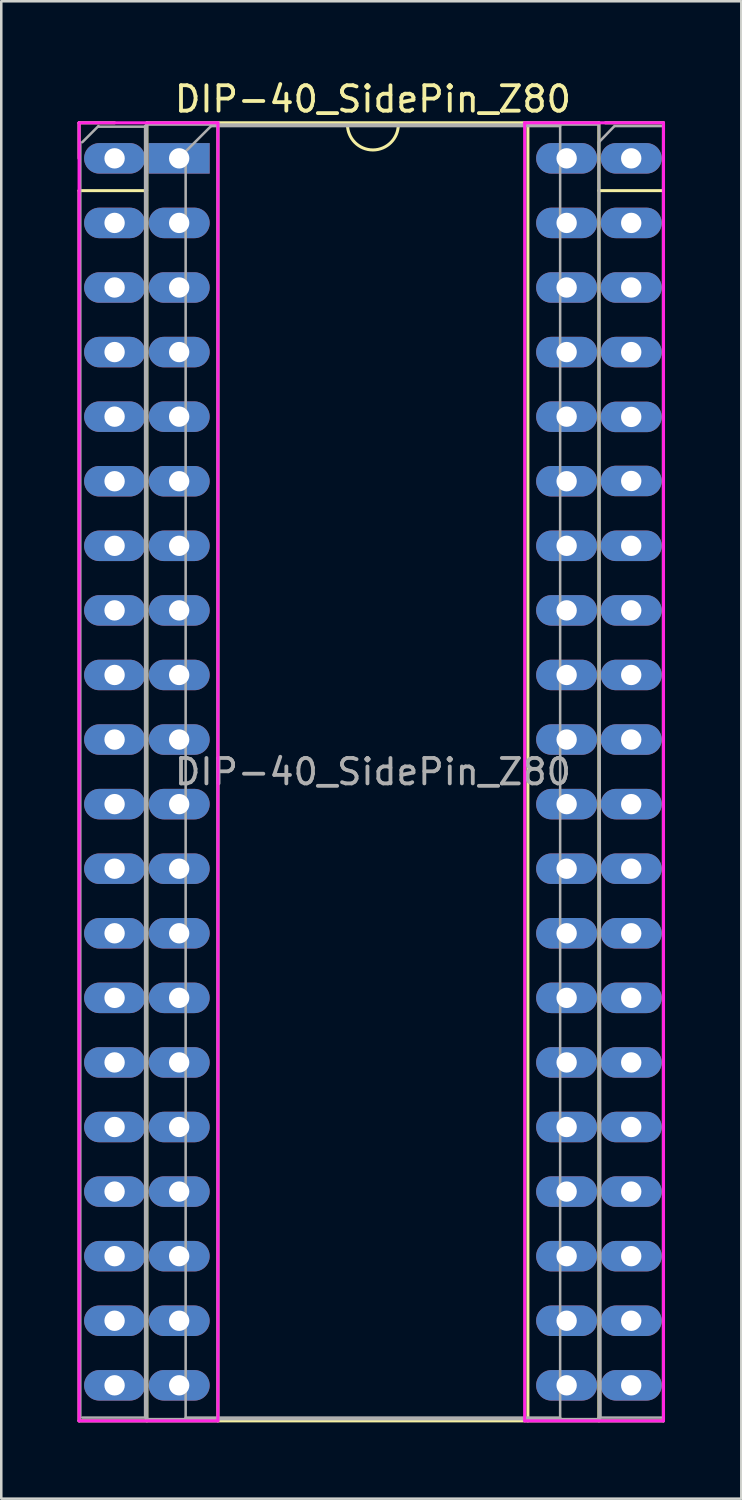
<source format=kicad_pcb>
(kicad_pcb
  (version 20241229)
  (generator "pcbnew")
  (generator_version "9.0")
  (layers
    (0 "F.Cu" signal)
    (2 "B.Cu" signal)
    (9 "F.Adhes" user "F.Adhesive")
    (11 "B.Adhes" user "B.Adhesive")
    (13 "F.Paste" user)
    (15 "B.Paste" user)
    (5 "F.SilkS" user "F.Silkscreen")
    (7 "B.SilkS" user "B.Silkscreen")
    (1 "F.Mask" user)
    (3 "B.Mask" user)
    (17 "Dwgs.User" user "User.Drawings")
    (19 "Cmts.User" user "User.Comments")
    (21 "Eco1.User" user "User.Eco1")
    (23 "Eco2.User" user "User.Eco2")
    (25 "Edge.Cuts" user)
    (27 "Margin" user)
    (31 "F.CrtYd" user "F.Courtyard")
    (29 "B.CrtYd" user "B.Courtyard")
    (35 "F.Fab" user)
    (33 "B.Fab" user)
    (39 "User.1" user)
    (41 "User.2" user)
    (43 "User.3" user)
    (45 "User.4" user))
  (footprint "DIP-40_SidePin_Z80"
    (layer "F.Cu")
    (at 3.997 3.178)
    (property "Reference" "DIP-40_SidePin_Z80" (at 7.62 -2.33 0) (layer "F.SilkS") (effects (font (size 1 1) (thickness 0.15))))
    (attr through_hole allow_missing_courtyard)
    (fp_line (start -3.937 -1.397) (end -2.54 -1.397) (stroke (width 0.12) (type solid)) (layer "F.SilkS"))
    (fp_line (start -3.937 0) (end -3.937 -1.397) (stroke (width 0.12) (type solid)) (layer "F.SilkS"))
    (fp_line (start -3.937 1.27) (end -3.937 49.657) (stroke (width 0.12) (type solid)) (layer "F.SilkS"))
    (fp_line (start -3.937 1.27) (end -1.28 1.27) (stroke (width 0.12) (type solid)) (layer "F.SilkS"))
    (fp_line (start -3.937 49.657) (end 19.047 49.657) (stroke (width 0.12) (type solid)) (layer "F.SilkS"))
    (fp_line (start -1.27 -1.397) (end -1.27 49.657) (stroke (width 0.12) (type solid)) (layer "F.SilkS"))
    (fp_line (start 1.524 -1.397) (end 1.524 49.657) (stroke (width 0.12) (type solid)) (layer "F.SilkS"))
    (fp_line (start 13.716 49.657) (end 13.716 -1.381) (stroke (width 0.12) (type solid)) (layer "F.SilkS"))
    (fp_line (start 16.51 -1.397) (end -1.27 -1.397) (stroke (width 0.12) (type solid)) (layer "F.SilkS"))
    (fp_line (start 16.51 1.27) (end 19.047 1.27) (stroke (width 0.12) (type solid)) (layer "F.SilkS"))
    (fp_line (start 16.51 49.657) (end 16.51 -1.397) (stroke (width 0.12) (type solid)) (layer "F.SilkS"))
    (fp_line (start 16.764 -1.397) (end 19.05 -1.397) (stroke (width 0.12) (type solid)) (layer "F.SilkS"))
    (fp_line (start 19.047 1.27) (end 19.047 49.657) (stroke (width 0.12) (type solid)) (layer "F.SilkS"))
    (fp_line (start 19.047 1.27) (end 19.05 -1.391) (stroke (width 0.12) (type solid)) (layer "F.SilkS"))
    (fp_arc (start 8.62 -1.33) (mid 7.62 -0.33) (end 6.62 -1.33) (stroke (width 0.12) (type solid)) (layer "F.SilkS"))
    (fp_line (start -3.937 -1.397) (end -3.937 49.657) (stroke (width 0.12) (type solid)) (layer "F.CrtYd"))
    (fp_line (start -3.937 49.657) (end 1.524 49.657) (stroke (width 0.12) (type solid)) (layer "F.CrtYd"))
    (fp_line (start 1.524 -1.397) (end -3.937 -1.397) (stroke (width 0.12) (type solid)) (layer "F.CrtYd"))
    (fp_line (start 1.524 49.657) (end 1.524 -1.397) (stroke (width 0.12) (type solid)) (layer "F.CrtYd"))
    (fp_line (start 13.589 -1.397) (end 13.589 49.657) (stroke (width 0.12) (type solid)) (layer "F.CrtYd"))
    (fp_line (start 13.589 49.657) (end 19.05 49.657) (stroke (width 0.12) (type solid)) (layer "F.CrtYd"))
    (fp_line (start 19.047 -1.397) (end 13.589 -1.397) (stroke (width 0.12) (type solid)) (layer "F.CrtYd"))
    (fp_line (start 19.05 -1.397) (end 19.05 49.657) (stroke (width 0.12) (type solid)) (layer "F.CrtYd"))
    (fp_line (start -3.889 49.53) (end -3.889 -0.635) (stroke (width 0.1) (type solid)) (layer "F.Fab"))
    (fp_line (start -3.81 -0.635) (end -3.175 -1.27) (stroke (width 0.1) (type solid)) (layer "F.Fab"))
    (fp_line (start -3.175 -1.245) (end -1.27 -1.245) (stroke (width 0.1) (type solid)) (layer "F.Fab"))
    (fp_line (start -1.339 -1.28) (end -1.339 49.52) (stroke (width 0.1) (type solid)) (layer "F.Fab"))
    (fp_line (start -1.27 -1.33) (end -1.27 49.59) (stroke (width 0.1) (type solid)) (layer "F.Fab"))
    (fp_line (start -1.27 49.53) (end -3.81 49.53) (stroke (width 0.1) (type solid)) (layer "F.Fab"))
    (fp_line (start -1.27 49.59) (end 16.51 49.59) (stroke (width 0.1) (type solid)) (layer "F.Fab"))
    (fp_line (start 0.255 -0.27) (end 1.255 -1.27) (stroke (width 0.1) (type solid)) (layer "F.Fab"))
    (fp_line (start 0.255 49.53) (end 0.255 -0.27) (stroke (width 0.1) (type solid)) (layer "F.Fab"))
    (fp_line (start 1.255 -1.27) (end 14.985 -1.27) (stroke (width 0.1) (type solid)) (layer "F.Fab"))
    (fp_line (start 14.985 -1.27) (end 14.985 49.53) (stroke (width 0.1) (type solid)) (layer "F.Fab"))
    (fp_line (start 14.985 49.53) (end 0.255 49.53) (stroke (width 0.1) (type solid)) (layer "F.Fab"))
    (fp_line (start 16.51 -1.33) (end -1.27 -1.33) (stroke (width 0.1) (type solid)) (layer "F.Fab"))
    (fp_line (start 16.51 -0.635) (end 17.121 -1.27) (stroke (width 0.1) (type solid)) (layer "F.Fab"))
    (fp_line (start 16.51 49.59) (end 16.51 -1.33) (stroke (width 0.1) (type solid)) (layer "F.Fab"))
    (fp_line (start 16.572 49.52) (end 16.51 -0.635) (stroke (width 0.1) (type solid)) (layer "F.Fab"))
    (fp_line (start 17.145 -1.27) (end 19.037 -1.27) (stroke (width 0.1) (type solid)) (layer "F.Fab"))
    (fp_line (start 19.037 -1.27) (end 19.037 49.53) (stroke (width 0.1) (type solid)) (layer "F.Fab"))
    (fp_line (start 19.037 49.53) (end 16.497 49.53) (stroke (width 0.1) (type solid)) (layer "F.Fab"))
    (fp_text user "${REFERENCE}" (at 7.62 24.13 0) (layer "F.Fab") (effects (font (size 1 1) (thickness 0.15))))
    (pad "1" thru_hole oval (at -2.54 0) (size 2.4 1.2) (drill 0.8) (layers "*.Cu" "*.Mask"))
    (pad "1" thru_hole rect (at 0 0) (size 2.4 1.2) (drill 0.8) (layers "*.Cu" "*.Mask"))
    (pad "2" thru_hole oval (at -2.54 2.54) (size 2.4 1.2) (drill 0.8) (layers "*.Cu" "*.Mask"))
    (pad "2" thru_hole oval (at 0 2.54) (size 2.4 1.2) (drill 0.8) (layers "*.Cu" "*.Mask"))
    (pad "3" thru_hole oval (at -2.54 5.08) (size 2.4 1.2) (drill 0.8) (layers "*.Cu" "*.Mask"))
    (pad "3" thru_hole oval (at 0 5.08) (size 2.4 1.2) (drill 0.8) (layers "*.Cu" "*.Mask"))
    (pad "4" thru_hole oval (at -2.54 7.62) (size 2.4 1.2) (drill 0.8) (layers "*.Cu" "*.Mask"))
    (pad "4" thru_hole oval (at 0 7.62) (size 2.4 1.2) (drill 0.8) (layers "*.Cu" "*.Mask"))
    (pad "5" thru_hole oval (at -2.54 10.16) (size 2.4 1.2) (drill 0.8) (layers "*.Cu" "*.Mask"))
    (pad "5" thru_hole oval (at 0 10.16) (size 2.4 1.2) (drill 0.8) (layers "*.Cu" "*.Mask"))
    (pad "6" thru_hole oval (at -2.54 12.7) (size 2.4 1.2) (drill 0.8) (layers "*.Cu" "*.Mask"))
    (pad "6" thru_hole oval (at 0 12.7) (size 2.4 1.2) (drill 0.8) (layers "*.Cu" "*.Mask"))
    (pad "7" thru_hole oval (at -2.54 15.24) (size 2.4 1.2) (drill 0.8) (layers "*.Cu" "*.Mask"))
    (pad "7" thru_hole oval (at 0 15.24) (size 2.4 1.2) (drill 0.8) (layers "*.Cu" "*.Mask"))
    (pad "8" thru_hole oval (at -2.54 17.78) (size 2.4 1.2) (drill 0.8) (layers "*.Cu" "*.Mask"))
    (pad "8" thru_hole oval (at 0 17.78) (size 2.4 1.2) (drill 0.8) (layers "*.Cu" "*.Mask"))
    (pad "9" thru_hole oval (at -2.54 20.32) (size 2.4 1.2) (drill 0.8) (layers "*.Cu" "*.Mask"))
    (pad "9" thru_hole oval (at 0 20.32) (size 2.4 1.2) (drill 0.8) (layers "*.Cu" "*.Mask"))
    (pad "10" thru_hole oval (at -2.54 22.86) (size 2.4 1.2) (drill 0.8) (layers "*.Cu" "*.Mask"))
    (pad "10" thru_hole oval (at 0 22.86) (size 2.4 1.2) (drill 0.8) (layers "*.Cu" "*.Mask"))
    (pad "11" thru_hole oval (at -2.54 25.4) (size 2.4 1.2) (drill 0.8) (layers "*.Cu" "*.Mask"))
    (pad "11" thru_hole oval (at 0 25.4) (size 2.4 1.2) (drill 0.8) (layers "*.Cu" "*.Mask"))
    (pad "12" thru_hole oval (at -2.54 27.94) (size 2.4 1.2) (drill 0.8) (layers "*.Cu" "*.Mask"))
    (pad "12" thru_hole oval (at 0 27.94) (size 2.4 1.2) (drill 0.8) (layers "*.Cu" "*.Mask"))
    (pad "13" thru_hole oval (at -2.54 30.48) (size 2.4 1.2) (drill 0.8) (layers "*.Cu" "*.Mask"))
    (pad "13" thru_hole oval (at 0 30.48) (size 2.4 1.2) (drill 0.8) (layers "*.Cu" "*.Mask"))
    (pad "14" thru_hole oval (at -2.54 33.02) (size 2.4 1.2) (drill 0.8) (layers "*.Cu" "*.Mask"))
    (pad "14" thru_hole oval (at 0 33.02) (size 2.4 1.2) (drill 0.8) (layers "*.Cu" "*.Mask"))
    (pad "15" thru_hole oval (at -2.54 35.56) (size 2.4 1.2) (drill 0.8) (layers "*.Cu" "*.Mask"))
    (pad "15" thru_hole oval (at 0 35.56) (size 2.4 1.2) (drill 0.8) (layers "*.Cu" "*.Mask"))
    (pad "16" thru_hole oval (at -2.54 38.1) (size 2.4 1.2) (drill 0.8) (layers "*.Cu" "*.Mask"))
    (pad "16" thru_hole oval (at 0 38.1) (size 2.4 1.2) (drill 0.8) (layers "*.Cu" "*.Mask"))
    (pad "17" thru_hole oval (at -2.54 40.64) (size 2.4 1.2) (drill 0.8) (layers "*.Cu" "*.Mask"))
    (pad "17" thru_hole oval (at 0 40.64) (size 2.4 1.2) (drill 0.8) (layers "*.Cu" "*.Mask"))
    (pad "18" thru_hole oval (at -2.54 43.18) (size 2.4 1.2) (drill 0.8) (layers "*.Cu" "*.Mask"))
    (pad "18" thru_hole oval (at 0 43.18) (size 2.4 1.2) (drill 0.8) (layers "*.Cu" "*.Mask"))
    (pad "19" thru_hole oval (at -2.54 45.72) (size 2.4 1.2) (drill 0.8) (layers "*.Cu" "*.Mask"))
    (pad "19" thru_hole oval (at 0 45.72) (size 2.4 1.2) (drill 0.8) (layers "*.Cu" "*.Mask"))
    (pad "20" thru_hole oval (at -2.54 48.26) (size 2.4 1.2) (drill 0.8) (layers "*.Cu" "*.Mask"))
    (pad "20" thru_hole oval (at 0 48.26) (size 2.4 1.2) (drill 0.8) (layers "*.Cu" "*.Mask"))
    (pad "21" thru_hole oval (at 15.24 48.26) (size 2.4 1.2) (drill 0.8) (layers "*.Cu" "*.Mask"))
    (pad "21" thru_hole oval (at 17.78 48.26) (size 2.4 1.2) (drill 0.8) (layers "*.Cu" "*.Mask"))
    (pad "22" thru_hole oval (at 15.24 45.72) (size 2.4 1.2) (drill 0.8) (layers "*.Cu" "*.Mask"))
    (pad "22" thru_hole oval (at 17.78 45.72) (size 2.4 1.2) (drill 0.8) (layers "*.Cu" "*.Mask"))
    (pad "23" thru_hole oval (at 15.24 43.18) (size 2.4 1.2) (drill 0.8) (layers "*.Cu" "*.Mask"))
    (pad "23" thru_hole oval (at 17.78 43.18) (size 2.4 1.2) (drill 0.8) (layers "*.Cu" "*.Mask"))
    (pad "24" thru_hole oval (at 15.24 40.64) (size 2.4 1.2) (drill 0.8) (layers "*.Cu" "*.Mask"))
    (pad "24" thru_hole oval (at 17.78 40.64) (size 2.4 1.2) (drill 0.8) (layers "*.Cu" "*.Mask"))
    (pad "25" thru_hole oval (at 15.24 38.1) (size 2.4 1.2) (drill 0.8) (layers "*.Cu" "*.Mask"))
    (pad "25" thru_hole oval (at 17.78 38.1) (size 2.4 1.2) (drill 0.8) (layers "*.Cu" "*.Mask"))
    (pad "26" thru_hole oval (at 15.24 35.56) (size 2.4 1.2) (drill 0.8) (layers "*.Cu" "*.Mask"))
    (pad "26" thru_hole oval (at 17.78 35.56) (size 2.4 1.2) (drill 0.8) (layers "*.Cu" "*.Mask"))
    (pad "27" thru_hole oval (at 15.24 33.02) (size 2.4 1.2) (drill 0.8) (layers "*.Cu" "*.Mask"))
    (pad "27" thru_hole oval (at 17.78 33.02) (size 2.4 1.2) (drill 0.8) (layers "*.Cu" "*.Mask"))
    (pad "28" thru_hole oval (at 15.24 30.48) (size 2.4 1.2) (drill 0.8) (layers "*.Cu" "*.Mask"))
    (pad "28" thru_hole oval (at 17.78 30.48) (size 2.4 1.2) (drill 0.8) (layers "*.Cu" "*.Mask"))
    (pad "29" thru_hole oval (at 15.24 27.94) (size 2.4 1.2) (drill 0.8) (layers "*.Cu" "*.Mask"))
    (pad "29" thru_hole oval (at 17.78 27.94) (size 2.4 1.2) (drill 0.8) (layers "*.Cu" "*.Mask"))
    (pad "30" thru_hole oval (at 15.24 25.4) (size 2.4 1.2) (drill 0.8) (layers "*.Cu" "*.Mask"))
    (pad "30" thru_hole oval (at 17.78 25.4) (size 2.4 1.2) (drill 0.8) (layers "*.Cu" "*.Mask"))
    (pad "31" thru_hole oval (at 15.24 22.86) (size 2.4 1.2) (drill 0.8) (layers "*.Cu" "*.Mask"))
    (pad "31" thru_hole oval (at 17.78 22.86) (size 2.4 1.2) (drill 0.8) (layers "*.Cu" "*.Mask"))
    (pad "32" thru_hole oval (at 15.24 20.32) (size 2.4 1.2) (drill 0.8) (layers "*.Cu" "*.Mask"))
    (pad "32" thru_hole oval (at 17.78 20.32) (size 2.4 1.2) (drill 0.8) (layers "*.Cu" "*.Mask"))
    (pad "33" thru_hole oval (at 15.24 17.78) (size 2.4 1.2) (drill 0.8) (layers "*.Cu" "*.Mask"))
    (pad "33" thru_hole oval (at 17.78 17.78) (size 2.4 1.2) (drill 0.8) (layers "*.Cu" "*.Mask"))
    (pad "34" thru_hole oval (at 15.24 15.24) (size 2.4 1.2) (drill 0.8) (layers "*.Cu" "*.Mask"))
    (pad "34" thru_hole oval (at 17.78 15.24) (size 2.4 1.2) (drill 0.8) (layers "*.Cu" "*.Mask"))
    (pad "35" thru_hole oval (at 15.24 12.7) (size 2.4 1.2) (drill 0.8) (layers "*.Cu" "*.Mask"))
    (pad "35" thru_hole oval (at 17.78 12.69) (size 2.4 1.2) (drill 0.8) (layers "*.Cu" "*.Mask"))
    (pad "36" thru_hole oval (at 15.24 10.16) (size 2.4 1.2) (drill 0.8) (layers "*.Cu" "*.Mask"))
    (pad "36" thru_hole oval (at 17.78 10.17) (size 2.4 1.2) (drill 0.8) (layers "*.Cu" "*.Mask"))
    (pad "37" thru_hole oval (at 15.24 7.62) (size 2.4 1.2) (drill 0.8) (layers "*.Cu" "*.Mask"))
    (pad "37" thru_hole oval (at 17.78 7.62) (size 2.4 1.2) (drill 0.8) (layers "*.Cu" "*.Mask"))
    (pad "38" thru_hole oval (at 15.24 5.08) (size 2.4 1.2) (drill 0.8) (layers "*.Cu" "*.Mask"))
    (pad "38" thru_hole oval (at 17.78 5.08) (size 2.4 1.2) (drill 0.8) (layers "*.Cu" "*.Mask"))
    (pad "39" thru_hole oval (at 15.24 2.54) (size 2.4 1.2) (drill 0.8) (layers "*.Cu" "*.Mask"))
    (pad "39" thru_hole oval (at 17.78 2.54) (size 2.4 1.2) (drill 0.8) (layers "*.Cu" "*.Mask"))
    (pad "40" thru_hole oval (at 15.24 0) (size 2.4 1.2) (drill 0.8) (layers "*.Cu" "*.Mask"))
    (pad "40" thru_hole oval (at 17.78 0) (size 2.4 1.2) (drill 0.8) (layers "*.Cu" "*.Mask")))
  (gr_rect
    (start -3 -3)
    (end 26.107 55.895)
    (stroke (width 0.1) (type default))
    (fill no)
    (layer "Edge.Cuts")))
</source>
